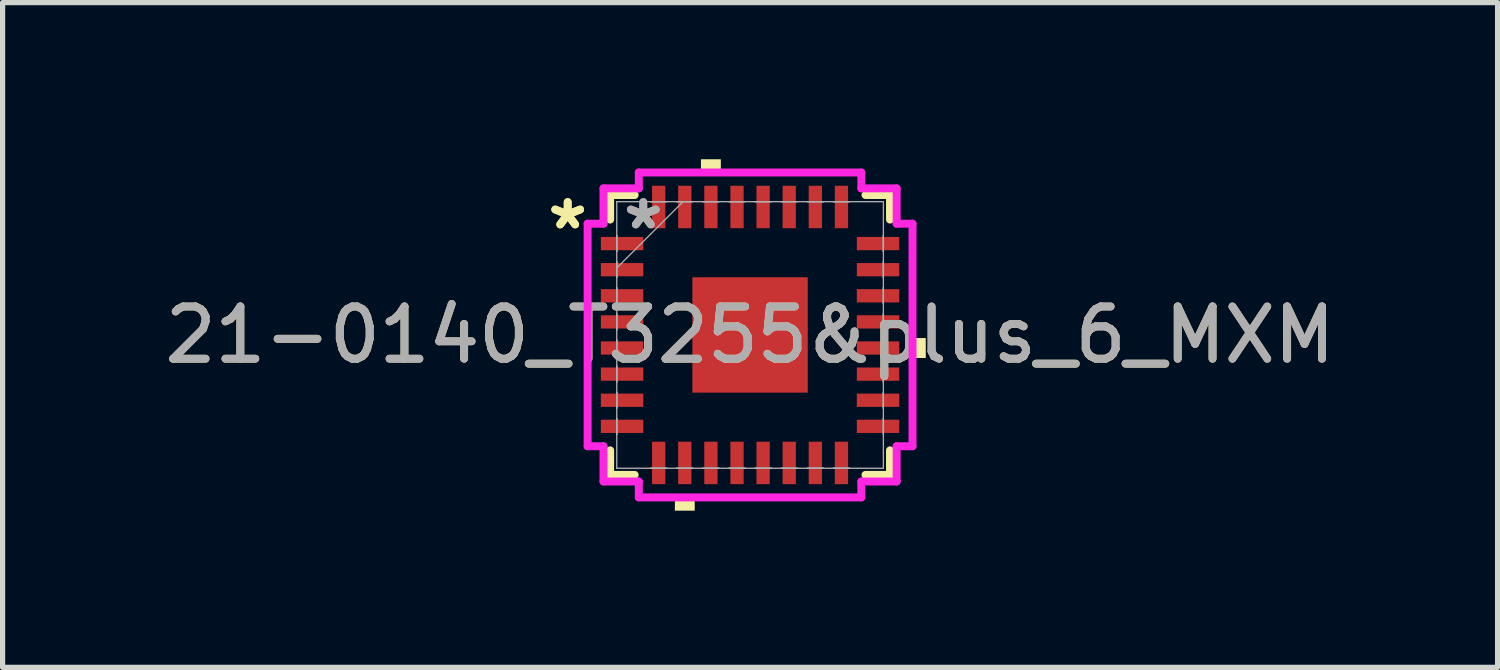
<source format=kicad_pcb>
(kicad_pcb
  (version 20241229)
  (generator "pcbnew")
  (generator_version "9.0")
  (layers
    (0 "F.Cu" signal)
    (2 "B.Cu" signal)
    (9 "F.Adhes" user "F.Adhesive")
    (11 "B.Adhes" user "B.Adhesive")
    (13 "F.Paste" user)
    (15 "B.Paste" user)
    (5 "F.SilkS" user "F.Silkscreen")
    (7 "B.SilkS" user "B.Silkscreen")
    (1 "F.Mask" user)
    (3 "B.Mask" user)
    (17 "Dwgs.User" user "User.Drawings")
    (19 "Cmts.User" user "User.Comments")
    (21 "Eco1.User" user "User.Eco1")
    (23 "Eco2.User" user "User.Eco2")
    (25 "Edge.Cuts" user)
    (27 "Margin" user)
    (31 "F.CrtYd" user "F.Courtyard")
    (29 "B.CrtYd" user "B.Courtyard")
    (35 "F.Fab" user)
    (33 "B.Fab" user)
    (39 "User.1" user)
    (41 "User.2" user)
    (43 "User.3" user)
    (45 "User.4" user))
  (footprint "21-0140_T3255&plus_6_MXM"
    (layer "F.Cu")
    (at 11.315 3.365)
    (property "Reference" "21-0140_T3255&plus_6_MXM" (at 0 0 0) (unlocked yes) (layer "F.SilkS") (effects (font (size 1 1) (thickness 0.15))))
    (attr smd)
    (fp_line (start -2.68 -2.68) (end -2.68 -2.21) (stroke (width 0.152) (type solid)) (layer "F.SilkS"))
    (fp_line (start -2.68 2.21) (end -2.68 2.68) (stroke (width 0.152) (type solid)) (layer "F.SilkS"))
    (fp_line (start -2.68 2.68) (end -2.21 2.68) (stroke (width 0.152) (type solid)) (layer "F.SilkS"))
    (fp_line (start -2.21 -2.68) (end -2.68 -2.68) (stroke (width 0.152) (type solid)) (layer "F.SilkS"))
    (fp_line (start 2.21 2.68) (end 2.68 2.68) (stroke (width 0.152) (type solid)) (layer "F.SilkS"))
    (fp_line (start 2.68 -2.68) (end 2.21 -2.68) (stroke (width 0.152) (type solid)) (layer "F.SilkS"))
    (fp_line (start 2.68 -2.21) (end 2.68 -2.68) (stroke (width 0.152) (type solid)) (layer "F.SilkS"))
    (fp_line (start 2.68 2.68) (end 2.68 2.21) (stroke (width 0.152) (type solid)) (layer "F.SilkS"))
    (fp_poly (pts (xy -1.44 3.111) (xy -1.44 3.365) (xy -1.06 3.365) (xy -1.06 3.111)) (stroke (width 0) (type solid)) (fill yes) (layer "F.SilkS"))
    (fp_poly (pts (xy -0.941 -3.111) (xy -0.941 -3.365) (xy -0.56 -3.365) (xy -0.56 -3.111)) (stroke (width 0) (type solid)) (fill yes) (layer "F.SilkS"))
    (fp_poly (pts (xy 3.365 0.059) (xy 3.365 0.441) (xy 3.111 0.441) (xy 3.111 0.059)) (stroke (width 0) (type solid)) (fill yes) (layer "F.SilkS"))
    (fp_line (start -3.111 -2.131) (end -2.807 -2.131) (stroke (width 0.152) (type solid)) (layer "F.CrtYd"))
    (fp_line (start -3.111 2.131) (end -3.111 -2.131) (stroke (width 0.152) (type solid)) (layer "F.CrtYd"))
    (fp_line (start -2.807 -2.807) (end -2.131 -2.807) (stroke (width 0.152) (type solid)) (layer "F.CrtYd"))
    (fp_line (start -2.807 -2.131) (end -2.807 -2.807) (stroke (width 0.152) (type solid)) (layer "F.CrtYd"))
    (fp_line (start -2.807 2.131) (end -3.111 2.131) (stroke (width 0.152) (type solid)) (layer "F.CrtYd"))
    (fp_line (start -2.807 2.807) (end -2.807 2.131) (stroke (width 0.152) (type solid)) (layer "F.CrtYd"))
    (fp_line (start -2.131 -3.111) (end 2.131 -3.111) (stroke (width 0.152) (type solid)) (layer "F.CrtYd"))
    (fp_line (start -2.131 -2.807) (end -2.131 -3.111) (stroke (width 0.152) (type solid)) (layer "F.CrtYd"))
    (fp_line (start -2.131 2.807) (end -2.807 2.807) (stroke (width 0.152) (type solid)) (layer "F.CrtYd"))
    (fp_line (start -2.131 3.111) (end -2.131 2.807) (stroke (width 0.152) (type solid)) (layer "F.CrtYd"))
    (fp_line (start 2.131 -3.111) (end 2.131 -2.807) (stroke (width 0.152) (type solid)) (layer "F.CrtYd"))
    (fp_line (start 2.131 -2.807) (end 2.807 -2.807) (stroke (width 0.152) (type solid)) (layer "F.CrtYd"))
    (fp_line (start 2.131 2.807) (end 2.131 3.111) (stroke (width 0.152) (type solid)) (layer "F.CrtYd"))
    (fp_line (start 2.131 3.111) (end -2.131 3.111) (stroke (width 0.152) (type solid)) (layer "F.CrtYd"))
    (fp_line (start 2.807 -2.807) (end 2.807 -2.131) (stroke (width 0.152) (type solid)) (layer "F.CrtYd"))
    (fp_line (start 2.807 -2.131) (end 3.111 -2.131) (stroke (width 0.152) (type solid)) (layer "F.CrtYd"))
    (fp_line (start 2.807 2.131) (end 2.807 2.807) (stroke (width 0.152) (type solid)) (layer "F.CrtYd"))
    (fp_line (start 2.807 2.807) (end 2.131 2.807) (stroke (width 0.152) (type solid)) (layer "F.CrtYd"))
    (fp_line (start 3.111 -2.131) (end 3.111 2.131) (stroke (width 0.152) (type solid)) (layer "F.CrtYd"))
    (fp_line (start 3.111 2.131) (end 2.807 2.131) (stroke (width 0.152) (type solid)) (layer "F.CrtYd"))
    (fp_line (start -2.553 -2.553) (end -2.553 -2.553) (stroke (width 0.025) (type solid)) (layer "F.Fab"))
    (fp_line (start -2.553 -2.553) (end -2.553 2.553) (stroke (width 0.025) (type solid)) (layer "F.Fab"))
    (fp_line (start -2.553 -1.902) (end -2.553 -1.902) (stroke (width 0.025) (type solid)) (layer "F.Fab"))
    (fp_line (start -2.553 -1.902) (end -2.553 -1.598) (stroke (width 0.025) (type solid)) (layer "F.Fab"))
    (fp_line (start -2.553 -1.598) (end -2.553 -1.902) (stroke (width 0.025) (type solid)) (layer "F.Fab"))
    (fp_line (start -2.553 -1.598) (end -2.553 -1.598) (stroke (width 0.025) (type solid)) (layer "F.Fab"))
    (fp_line (start -2.553 -1.402) (end -2.553 -1.402) (stroke (width 0.025) (type solid)) (layer "F.Fab"))
    (fp_line (start -2.553 -1.402) (end -2.553 -1.098) (stroke (width 0.025) (type solid)) (layer "F.Fab"))
    (fp_line (start -2.553 -1.283) (end -1.283 -2.553) (stroke (width 0.025) (type solid)) (layer "F.Fab"))
    (fp_line (start -2.553 -1.098) (end -2.553 -1.402) (stroke (width 0.025) (type solid)) (layer "F.Fab"))
    (fp_line (start -2.553 -1.098) (end -2.553 -1.098) (stroke (width 0.025) (type solid)) (layer "F.Fab"))
    (fp_line (start -2.553 -0.902) (end -2.553 -0.902) (stroke (width 0.025) (type solid)) (layer "F.Fab"))
    (fp_line (start -2.553 -0.902) (end -2.553 -0.598) (stroke (width 0.025) (type solid)) (layer "F.Fab"))
    (fp_line (start -2.553 -0.598) (end -2.553 -0.902) (stroke (width 0.025) (type solid)) (layer "F.Fab"))
    (fp_line (start -2.553 -0.598) (end -2.553 -0.598) (stroke (width 0.025) (type solid)) (layer "F.Fab"))
    (fp_line (start -2.553 -0.402) (end -2.553 -0.402) (stroke (width 0.025) (type solid)) (layer "F.Fab"))
    (fp_line (start -2.553 -0.402) (end -2.553 -0.098) (stroke (width 0.025) (type solid)) (layer "F.Fab"))
    (fp_line (start -2.553 -0.098) (end -2.553 -0.402) (stroke (width 0.025) (type solid)) (layer "F.Fab"))
    (fp_line (start -2.553 -0.098) (end -2.553 -0.098) (stroke (width 0.025) (type solid)) (layer "F.Fab"))
    (fp_line (start -2.553 0.098) (end -2.553 0.098) (stroke (width 0.025) (type solid)) (layer "F.Fab"))
    (fp_line (start -2.553 0.098) (end -2.553 0.402) (stroke (width 0.025) (type solid)) (layer "F.Fab"))
    (fp_line (start -2.553 0.402) (end -2.553 0.098) (stroke (width 0.025) (type solid)) (layer "F.Fab"))
    (fp_line (start -2.553 0.402) (end -2.553 0.402) (stroke (width 0.025) (type solid)) (layer "F.Fab"))
    (fp_line (start -2.553 0.598) (end -2.553 0.598) (stroke (width 0.025) (type solid)) (layer "F.Fab"))
    (fp_line (start -2.553 0.598) (end -2.553 0.902) (stroke (width 0.025) (type solid)) (layer "F.Fab"))
    (fp_line (start -2.553 0.902) (end -2.553 0.598) (stroke (width 0.025) (type solid)) (layer "F.Fab"))
    (fp_line (start -2.553 0.902) (end -2.553 0.902) (stroke (width 0.025) (type solid)) (layer "F.Fab"))
    (fp_line (start -2.553 1.098) (end -2.553 1.098) (stroke (width 0.025) (type solid)) (layer "F.Fab"))
    (fp_line (start -2.553 1.098) (end -2.553 1.402) (stroke (width 0.025) (type solid)) (layer "F.Fab"))
    (fp_line (start -2.553 1.402) (end -2.553 1.098) (stroke (width 0.025) (type solid)) (layer "F.Fab"))
    (fp_line (start -2.553 1.402) (end -2.553 1.402) (stroke (width 0.025) (type solid)) (layer "F.Fab"))
    (fp_line (start -2.553 1.598) (end -2.553 1.598) (stroke (width 0.025) (type solid)) (layer "F.Fab"))
    (fp_line (start -2.553 1.598) (end -2.553 1.902) (stroke (width 0.025) (type solid)) (layer "F.Fab"))
    (fp_line (start -2.553 1.902) (end -2.553 1.598) (stroke (width 0.025) (type solid)) (layer "F.Fab"))
    (fp_line (start -2.553 1.902) (end -2.553 1.902) (stroke (width 0.025) (type solid)) (layer "F.Fab"))
    (fp_line (start -2.553 2.553) (end -2.553 2.553) (stroke (width 0.025) (type solid)) (layer "F.Fab"))
    (fp_line (start -2.553 2.553) (end 2.553 2.553) (stroke (width 0.025) (type solid)) (layer "F.Fab"))
    (fp_line (start -1.902 -2.553) (end -1.902 -2.553) (stroke (width 0.025) (type solid)) (layer "F.Fab"))
    (fp_line (start -1.902 -2.553) (end -1.598 -2.553) (stroke (width 0.025) (type solid)) (layer "F.Fab"))
    (fp_line (start -1.902 2.553) (end -1.902 2.553) (stroke (width 0.025) (type solid)) (layer "F.Fab"))
    (fp_line (start -1.902 2.553) (end -1.598 2.553) (stroke (width 0.025) (type solid)) (layer "F.Fab"))
    (fp_line (start -1.598 -2.553) (end -1.902 -2.553) (stroke (width 0.025) (type solid)) (layer "F.Fab"))
    (fp_line (start -1.598 -2.553) (end -1.598 -2.553) (stroke (width 0.025) (type solid)) (layer "F.Fab"))
    (fp_line (start -1.598 2.553) (end -1.902 2.553) (stroke (width 0.025) (type solid)) (layer "F.Fab"))
    (fp_line (start -1.598 2.553) (end -1.598 2.553) (stroke (width 0.025) (type solid)) (layer "F.Fab"))
    (fp_line (start -1.402 -2.553) (end -1.402 -2.553) (stroke (width 0.025) (type solid)) (layer "F.Fab"))
    (fp_line (start -1.402 -2.553) (end -1.098 -2.553) (stroke (width 0.025) (type solid)) (layer "F.Fab"))
    (fp_line (start -1.402 2.553) (end -1.402 2.553) (stroke (width 0.025) (type solid)) (layer "F.Fab"))
    (fp_line (start -1.402 2.553) (end -1.098 2.553) (stroke (width 0.025) (type solid)) (layer "F.Fab"))
    (fp_line (start -1.098 -2.553) (end -1.402 -2.553) (stroke (width 0.025) (type solid)) (layer "F.Fab"))
    (fp_line (start -1.098 -2.553) (end -1.098 -2.553) (stroke (width 0.025) (type solid)) (layer "F.Fab"))
    (fp_line (start -1.098 2.553) (end -1.402 2.553) (stroke (width 0.025) (type solid)) (layer "F.Fab"))
    (fp_line (start -1.098 2.553) (end -1.098 2.553) (stroke (width 0.025) (type solid)) (layer "F.Fab"))
    (fp_line (start -0.902 -2.553) (end -0.902 -2.553) (stroke (width 0.025) (type solid)) (layer "F.Fab"))
    (fp_line (start -0.902 -2.553) (end -0.598 -2.553) (stroke (width 0.025) (type solid)) (layer "F.Fab"))
    (fp_line (start -0.902 2.553) (end -0.902 2.553) (stroke (width 0.025) (type solid)) (layer "F.Fab"))
    (fp_line (start -0.902 2.553) (end -0.598 2.553) (stroke (width 0.025) (type solid)) (layer "F.Fab"))
    (fp_line (start -0.598 -2.553) (end -0.902 -2.553) (stroke (width 0.025) (type solid)) (layer "F.Fab"))
    (fp_line (start -0.598 -2.553) (end -0.598 -2.553) (stroke (width 0.025) (type solid)) (layer "F.Fab"))
    (fp_line (start -0.598 2.553) (end -0.902 2.553) (stroke (width 0.025) (type solid)) (layer "F.Fab"))
    (fp_line (start -0.598 2.553) (end -0.598 2.553) (stroke (width 0.025) (type solid)) (layer "F.Fab"))
    (fp_line (start -0.402 -2.553) (end -0.402 -2.553) (stroke (width 0.025) (type solid)) (layer "F.Fab"))
    (fp_line (start -0.402 -2.553) (end -0.098 -2.553) (stroke (width 0.025) (type solid)) (layer "F.Fab"))
    (fp_line (start -0.402 2.553) (end -0.402 2.553) (stroke (width 0.025) (type solid)) (layer "F.Fab"))
    (fp_line (start -0.402 2.553) (end -0.098 2.553) (stroke (width 0.025) (type solid)) (layer "F.Fab"))
    (fp_line (start -0.098 -2.553) (end -0.402 -2.553) (stroke (width 0.025) (type solid)) (layer "F.Fab"))
    (fp_line (start -0.098 -2.553) (end -0.098 -2.553) (stroke (width 0.025) (type solid)) (layer "F.Fab"))
    (fp_line (start -0.098 2.553) (end -0.402 2.553) (stroke (width 0.025) (type solid)) (layer "F.Fab"))
    (fp_line (start -0.098 2.553) (end -0.098 2.553) (stroke (width 0.025) (type solid)) (layer "F.Fab"))
    (fp_line (start 0.098 -2.553) (end 0.098 -2.553) (stroke (width 0.025) (type solid)) (layer "F.Fab"))
    (fp_line (start 0.098 -2.553) (end 0.402 -2.553) (stroke (width 0.025) (type solid)) (layer "F.Fab"))
    (fp_line (start 0.098 2.553) (end 0.098 2.553) (stroke (width 0.025) (type solid)) (layer "F.Fab"))
    (fp_line (start 0.098 2.553) (end 0.402 2.553) (stroke (width 0.025) (type solid)) (layer "F.Fab"))
    (fp_line (start 0.402 -2.553) (end 0.098 -2.553) (stroke (width 0.025) (type solid)) (layer "F.Fab"))
    (fp_line (start 0.402 -2.553) (end 0.402 -2.553) (stroke (width 0.025) (type solid)) (layer "F.Fab"))
    (fp_line (start 0.402 2.553) (end 0.098 2.553) (stroke (width 0.025) (type solid)) (layer "F.Fab"))
    (fp_line (start 0.402 2.553) (end 0.402 2.553) (stroke (width 0.025) (type solid)) (layer "F.Fab"))
    (fp_line (start 0.598 -2.553) (end 0.598 -2.553) (stroke (width 0.025) (type solid)) (layer "F.Fab"))
    (fp_line (start 0.598 -2.553) (end 0.902 -2.553) (stroke (width 0.025) (type solid)) (layer "F.Fab"))
    (fp_line (start 0.598 2.553) (end 0.598 2.553) (stroke (width 0.025) (type solid)) (layer "F.Fab"))
    (fp_line (start 0.598 2.553) (end 0.902 2.553) (stroke (width 0.025) (type solid)) (layer "F.Fab"))
    (fp_line (start 0.902 -2.553) (end 0.598 -2.553) (stroke (width 0.025) (type solid)) (layer "F.Fab"))
    (fp_line (start 0.902 -2.553) (end 0.902 -2.553) (stroke (width 0.025) (type solid)) (layer "F.Fab"))
    (fp_line (start 0.902 2.553) (end 0.598 2.553) (stroke (width 0.025) (type solid)) (layer "F.Fab"))
    (fp_line (start 0.902 2.553) (end 0.902 2.553) (stroke (width 0.025) (type solid)) (layer "F.Fab"))
    (fp_line (start 1.098 -2.553) (end 1.098 -2.553) (stroke (width 0.025) (type solid)) (layer "F.Fab"))
    (fp_line (start 1.098 -2.553) (end 1.402 -2.553) (stroke (width 0.025) (type solid)) (layer "F.Fab"))
    (fp_line (start 1.098 2.553) (end 1.098 2.553) (stroke (width 0.025) (type solid)) (layer "F.Fab"))
    (fp_line (start 1.098 2.553) (end 1.402 2.553) (stroke (width 0.025) (type solid)) (layer "F.Fab"))
    (fp_line (start 1.402 -2.553) (end 1.098 -2.553) (stroke (width 0.025) (type solid)) (layer "F.Fab"))
    (fp_line (start 1.402 -2.553) (end 1.402 -2.553) (stroke (width 0.025) (type solid)) (layer "F.Fab"))
    (fp_line (start 1.402 2.553) (end 1.098 2.553) (stroke (width 0.025) (type solid)) (layer "F.Fab"))
    (fp_line (start 1.402 2.553) (end 1.402 2.553) (stroke (width 0.025) (type solid)) (layer "F.Fab"))
    (fp_line (start 1.598 -2.553) (end 1.598 -2.553) (stroke (width 0.025) (type solid)) (layer "F.Fab"))
    (fp_line (start 1.598 -2.553) (end 1.902 -2.553) (stroke (width 0.025) (type solid)) (layer "F.Fab"))
    (fp_line (start 1.598 2.553) (end 1.598 2.553) (stroke (width 0.025) (type solid)) (layer "F.Fab"))
    (fp_line (start 1.598 2.553) (end 1.902 2.553) (stroke (width 0.025) (type solid)) (layer "F.Fab"))
    (fp_line (start 1.902 -2.553) (end 1.598 -2.553) (stroke (width 0.025) (type solid)) (layer "F.Fab"))
    (fp_line (start 1.902 -2.553) (end 1.902 -2.553) (stroke (width 0.025) (type solid)) (layer "F.Fab"))
    (fp_line (start 1.902 2.553) (end 1.598 2.553) (stroke (width 0.025) (type solid)) (layer "F.Fab"))
    (fp_line (start 1.902 2.553) (end 1.902 2.553) (stroke (width 0.025) (type solid)) (layer "F.Fab"))
    (fp_line (start 2.553 -2.553) (end -2.553 -2.553) (stroke (width 0.025) (type solid)) (layer "F.Fab"))
    (fp_line (start 2.553 -2.553) (end 2.553 -2.553) (stroke (width 0.025) (type solid)) (layer "F.Fab"))
    (fp_line (start 2.553 -1.902) (end 2.553 -1.902) (stroke (width 0.025) (type solid)) (layer "F.Fab"))
    (fp_line (start 2.553 -1.902) (end 2.553 -1.598) (stroke (width 0.025) (type solid)) (layer "F.Fab"))
    (fp_line (start 2.553 -1.598) (end 2.553 -1.902) (stroke (width 0.025) (type solid)) (layer "F.Fab"))
    (fp_line (start 2.553 -1.598) (end 2.553 -1.598) (stroke (width 0.025) (type solid)) (layer "F.Fab"))
    (fp_line (start 2.553 -1.402) (end 2.553 -1.402) (stroke (width 0.025) (type solid)) (layer "F.Fab"))
    (fp_line (start 2.553 -1.402) (end 2.553 -1.098) (stroke (width 0.025) (type solid)) (layer "F.Fab"))
    (fp_line (start 2.553 -1.098) (end 2.553 -1.402) (stroke (width 0.025) (type solid)) (layer "F.Fab"))
    (fp_line (start 2.553 -1.098) (end 2.553 -1.098) (stroke (width 0.025) (type solid)) (layer "F.Fab"))
    (fp_line (start 2.553 -0.902) (end 2.553 -0.902) (stroke (width 0.025) (type solid)) (layer "F.Fab"))
    (fp_line (start 2.553 -0.902) (end 2.553 -0.598) (stroke (width 0.025) (type solid)) (layer "F.Fab"))
    (fp_line (start 2.553 -0.598) (end 2.553 -0.902) (stroke (width 0.025) (type solid)) (layer "F.Fab"))
    (fp_line (start 2.553 -0.598) (end 2.553 -0.598) (stroke (width 0.025) (type solid)) (layer "F.Fab"))
    (fp_line (start 2.553 -0.402) (end 2.553 -0.402) (stroke (width 0.025) (type solid)) (layer "F.Fab"))
    (fp_line (start 2.553 -0.402) (end 2.553 -0.098) (stroke (width 0.025) (type solid)) (layer "F.Fab"))
    (fp_line (start 2.553 -0.098) (end 2.553 -0.402) (stroke (width 0.025) (type solid)) (layer "F.Fab"))
    (fp_line (start 2.553 -0.098) (end 2.553 -0.098) (stroke (width 0.025) (type solid)) (layer "F.Fab"))
    (fp_line (start 2.553 0.098) (end 2.553 0.098) (stroke (width 0.025) (type solid)) (layer "F.Fab"))
    (fp_line (start 2.553 0.098) (end 2.553 0.402) (stroke (width 0.025) (type solid)) (layer "F.Fab"))
    (fp_line (start 2.553 0.402) (end 2.553 0.098) (stroke (width 0.025) (type solid)) (layer "F.Fab"))
    (fp_line (start 2.553 0.402) (end 2.553 0.402) (stroke (width 0.025) (type solid)) (layer "F.Fab"))
    (fp_line (start 2.553 0.598) (end 2.553 0.598) (stroke (width 0.025) (type solid)) (layer "F.Fab"))
    (fp_line (start 2.553 0.598) (end 2.553 0.902) (stroke (width 0.025) (type solid)) (layer "F.Fab"))
    (fp_line (start 2.553 0.902) (end 2.553 0.598) (stroke (width 0.025) (type solid)) (layer "F.Fab"))
    (fp_line (start 2.553 0.902) (end 2.553 0.902) (stroke (width 0.025) (type solid)) (layer "F.Fab"))
    (fp_line (start 2.553 1.098) (end 2.553 1.098) (stroke (width 0.025) (type solid)) (layer "F.Fab"))
    (fp_line (start 2.553 1.098) (end 2.553 1.402) (stroke (width 0.025) (type solid)) (layer "F.Fab"))
    (fp_line (start 2.553 1.402) (end 2.553 1.098) (stroke (width 0.025) (type solid)) (layer "F.Fab"))
    (fp_line (start 2.553 1.402) (end 2.553 1.402) (stroke (width 0.025) (type solid)) (layer "F.Fab"))
    (fp_line (start 2.553 1.598) (end 2.553 1.598) (stroke (width 0.025) (type solid)) (layer "F.Fab"))
    (fp_line (start 2.553 1.598) (end 2.553 1.902) (stroke (width 0.025) (type solid)) (layer "F.Fab"))
    (fp_line (start 2.553 1.902) (end 2.553 1.598) (stroke (width 0.025) (type solid)) (layer "F.Fab"))
    (fp_line (start 2.553 1.902) (end 2.553 1.902) (stroke (width 0.025) (type solid)) (layer "F.Fab"))
    (fp_line (start 2.553 2.553) (end 2.553 -2.553) (stroke (width 0.025) (type solid)) (layer "F.Fab"))
    (fp_line (start 2.553 2.553) (end 2.553 2.553) (stroke (width 0.025) (type solid)) (layer "F.Fab"))
    (fp_text user "*" (at -3.493 -2 0) (unlocked yes) (layer "F.SilkS") (effects (font (size 1 1) (thickness 0.15))))
    (fp_text user "*" (at -3.493 -2 0) (layer "F.SilkS") (effects (font (size 1 1) (thickness 0.15))))
    (fp_text user "*" (at -2.045 -2 0) (layer "F.Fab") (effects (font (size 1 1) (thickness 0.15))))
    (fp_text user "${REFERENCE}" (at 0 0 0) (unlocked yes) (layer "F.Fab") (effects (font (size 1 1) (thickness 0.15))))
    (fp_text user "*" (at -2.045 -2 0) (unlocked yes) (layer "F.Fab") (effects (font (size 1 1) (thickness 0.15))))
    (pad "1" smd rect (at -2.451 -1.75 90) (size 0.254 0.813) (layers "F.Cu" "F.Mask" "F.Paste"))
    (pad "2" smd rect (at -2.451 -1.25 90) (size 0.254 0.813) (layers "F.Cu" "F.Mask" "F.Paste"))
    (pad "3" smd rect (at -2.451 -0.75 90) (size 0.254 0.813) (layers "F.Cu" "F.Mask" "F.Paste"))
    (pad "4" smd rect (at -2.451 -0.25 90) (size 0.254 0.813) (layers "F.Cu" "F.Mask" "F.Paste"))
    (pad "5" smd rect (at -2.451 0.25 90) (size 0.254 0.813) (layers "F.Cu" "F.Mask" "F.Paste"))
    (pad "6" smd rect (at -2.451 0.75 90) (size 0.254 0.813) (layers "F.Cu" "F.Mask" "F.Paste"))
    (pad "7" smd rect (at -2.451 1.25 90) (size 0.254 0.813) (layers "F.Cu" "F.Mask" "F.Paste"))
    (pad "8" smd rect (at -2.451 1.75 90) (size 0.254 0.813) (layers "F.Cu" "F.Mask" "F.Paste"))
    (pad "9" smd rect (at -1.75 2.451) (size 0.254 0.813) (layers "F.Cu" "F.Mask" "F.Paste"))
    (pad "10" smd rect (at -1.25 2.451) (size 0.254 0.813) (layers "F.Cu" "F.Mask" "F.Paste"))
    (pad "11" smd rect (at -0.75 2.451) (size 0.254 0.813) (layers "F.Cu" "F.Mask" "F.Paste"))
    (pad "12" smd rect (at -0.25 2.451) (size 0.254 0.813) (layers "F.Cu" "F.Mask" "F.Paste"))
    (pad "13" smd rect (at 0.25 2.451) (size 0.254 0.813) (layers "F.Cu" "F.Mask" "F.Paste"))
    (pad "14" smd rect (at 0.75 2.451) (size 0.254 0.813) (layers "F.Cu" "F.Mask" "F.Paste"))
    (pad "15" smd rect (at 1.25 2.451) (size 0.254 0.813) (layers "F.Cu" "F.Mask" "F.Paste"))
    (pad "16" smd rect (at 1.75 2.451) (size 0.254 0.813) (layers "F.Cu" "F.Mask" "F.Paste"))
    (pad "17" smd rect (at 2.451 1.75 90) (size 0.254 0.813) (layers "F.Cu" "F.Mask" "F.Paste"))
    (pad "18" smd rect (at 2.451 1.25 90) (size 0.254 0.813) (layers "F.Cu" "F.Mask" "F.Paste"))
    (pad "19" smd rect (at 2.451 0.75 90) (size 0.254 0.813) (layers "F.Cu" "F.Mask" "F.Paste"))
    (pad "20" smd rect (at 2.451 0.25 90) (size 0.254 0.813) (layers "F.Cu" "F.Mask" "F.Paste"))
    (pad "21" smd rect (at 2.451 -0.25 90) (size 0.254 0.813) (layers "F.Cu" "F.Mask" "F.Paste"))
    (pad "22" smd rect (at 2.451 -0.75 90) (size 0.254 0.813) (layers "F.Cu" "F.Mask" "F.Paste"))
    (pad "23" smd rect (at 2.451 -1.25 90) (size 0.254 0.813) (layers "F.Cu" "F.Mask" "F.Paste"))
    (pad "24" smd rect (at 2.451 -1.75 90) (size 0.254 0.813) (layers "F.Cu" "F.Mask" "F.Paste"))
    (pad "25" smd rect (at 1.75 -2.451) (size 0.254 0.813) (layers "F.Cu" "F.Mask" "F.Paste"))
    (pad "26" smd rect (at 1.25 -2.451) (size 0.254 0.813) (layers "F.Cu" "F.Mask" "F.Paste"))
    (pad "27" smd rect (at 0.75 -2.451) (size 0.254 0.813) (layers "F.Cu" "F.Mask" "F.Paste"))
    (pad "28" smd rect (at 0.25 -2.451) (size 0.254 0.813) (layers "F.Cu" "F.Mask" "F.Paste"))
    (pad "29" smd rect (at -0.25 -2.451) (size 0.254 0.813) (layers "F.Cu" "F.Mask" "F.Paste"))
    (pad "30" smd rect (at -0.75 -2.451) (size 0.254 0.813) (layers "F.Cu" "F.Mask" "F.Paste"))
    (pad "31" smd rect (at -1.25 -2.451) (size 0.254 0.813) (layers "F.Cu" "F.Mask" "F.Paste"))
    (pad "32" smd rect (at -1.75 -2.451) (size 0.254 0.813) (layers "F.Cu" "F.Mask" "F.Paste"))
    (pad "33" smd rect (at 0 0) (size 2.21 2.21) (layers "F.Cu" "F.Mask" "F.Paste")))
  (gr_rect
    (start -3 -3)
    (end 25.631 9.731)
    (stroke (width 0.1) (type default))
    (fill no)
    (layer "Edge.Cuts")))
</source>
